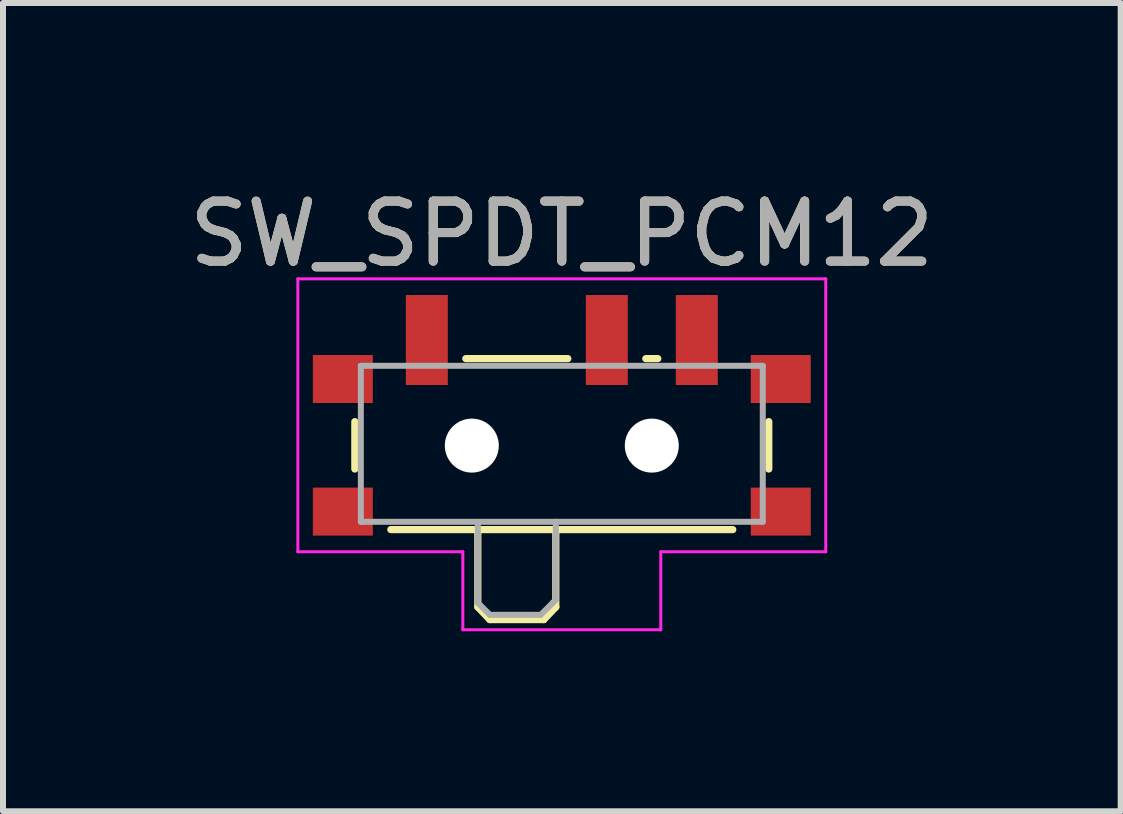
<source format=kicad_pcb>
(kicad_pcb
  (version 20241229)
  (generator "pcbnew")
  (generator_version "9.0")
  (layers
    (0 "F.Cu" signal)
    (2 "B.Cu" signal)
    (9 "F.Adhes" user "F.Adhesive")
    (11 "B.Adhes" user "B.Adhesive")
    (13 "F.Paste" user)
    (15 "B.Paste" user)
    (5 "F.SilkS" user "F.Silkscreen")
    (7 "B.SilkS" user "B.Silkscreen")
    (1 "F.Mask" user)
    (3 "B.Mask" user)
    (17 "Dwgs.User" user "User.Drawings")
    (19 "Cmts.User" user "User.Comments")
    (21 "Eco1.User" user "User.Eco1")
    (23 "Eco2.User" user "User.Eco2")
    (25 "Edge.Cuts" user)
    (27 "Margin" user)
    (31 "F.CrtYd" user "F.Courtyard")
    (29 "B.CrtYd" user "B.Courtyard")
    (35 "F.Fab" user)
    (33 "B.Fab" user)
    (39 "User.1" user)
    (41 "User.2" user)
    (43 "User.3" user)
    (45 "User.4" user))
  (footprint "SW_SPDT_PCM12"
    (layer "F.Cu")
    (at 6.315 4.048)
    (property "Reference" "SW_SPDT_PCM12" (at 0 -3.2 0) (layer "F.SilkS") (effects (font (size 1 1) (thickness 0.15))))
    (attr smd)
    (fp_line (start -3.45 -0.07) (end -3.45 0.72) (stroke (width 0.12) (type solid)) (layer "F.SilkS"))
    (fp_line (start -2.85 1.73) (end 2.85 1.73) (stroke (width 0.12) (type solid)) (layer "F.SilkS"))
    (fp_line (start -1.6 -1.12) (end 0.1 -1.12) (stroke (width 0.12) (type solid)) (layer "F.SilkS"))
    (fp_line (start -1.4 1.73) (end -1.4 3.02) (stroke (width 0.12) (type solid)) (layer "F.SilkS"))
    (fp_line (start -1.4 3.02) (end -1.2 3.23) (stroke (width 0.12) (type solid)) (layer "F.SilkS"))
    (fp_line (start -1.2 3.23) (end -0.3 3.23) (stroke (width 0.12) (type solid)) (layer "F.SilkS"))
    (fp_line (start -0.1 3.02) (end -0.3 3.23) (stroke (width 0.12) (type solid)) (layer "F.SilkS"))
    (fp_line (start -0.1 3.02) (end -0.1 1.73) (stroke (width 0.12) (type solid)) (layer "F.SilkS"))
    (fp_line (start 1.4 -1.12) (end 1.6 -1.12) (stroke (width 0.12) (type solid)) (layer "F.SilkS"))
    (fp_line (start 3.45 0.72) (end 3.45 -0.07) (stroke (width 0.12) (type solid)) (layer "F.SilkS"))
    (fp_line (start -4.4 -2.45) (end 4.4 -2.45) (stroke (width 0.05) (type solid)) (layer "F.CrtYd"))
    (fp_line (start -4.4 2.1) (end -4.4 -2.45) (stroke (width 0.05) (type solid)) (layer "F.CrtYd"))
    (fp_line (start -1.65 2.1) (end -4.4 2.1) (stroke (width 0.05) (type solid)) (layer "F.CrtYd"))
    (fp_line (start -1.65 3.4) (end -1.65 2.1) (stroke (width 0.05) (type solid)) (layer "F.CrtYd"))
    (fp_line (start 1.65 2.1) (end 1.65 3.4) (stroke (width 0.05) (type solid)) (layer "F.CrtYd"))
    (fp_line (start 1.65 3.4) (end -1.65 3.4) (stroke (width 0.05) (type solid)) (layer "F.CrtYd"))
    (fp_line (start 4.4 -2.45) (end 4.4 2.1) (stroke (width 0.05) (type solid)) (layer "F.CrtYd"))
    (fp_line (start 4.4 2.1) (end 1.65 2.1) (stroke (width 0.05) (type solid)) (layer "F.CrtYd"))
    (fp_line (start -3.35 -1) (end -3.35 1.6) (stroke (width 0.1) (type solid)) (layer "F.Fab"))
    (fp_line (start -3.35 1.6) (end 3.35 1.6) (stroke (width 0.1) (type solid)) (layer "F.Fab"))
    (fp_line (start -1.4 1.65) (end -1.4 2.95) (stroke (width 0.1) (type solid)) (layer "F.Fab"))
    (fp_line (start -1.4 2.95) (end -1.2 3.15) (stroke (width 0.1) (type solid)) (layer "F.Fab"))
    (fp_line (start -1.2 3.15) (end -0.35 3.15) (stroke (width 0.1) (type solid)) (layer "F.Fab"))
    (fp_line (start -0.35 3.15) (end -0.15 2.95) (stroke (width 0.1) (type solid)) (layer "F.Fab"))
    (fp_line (start -0.15 2.95) (end -0.1 2.9) (stroke (width 0.1) (type solid)) (layer "F.Fab"))
    (fp_line (start -0.1 2.9) (end -0.1 1.6) (stroke (width 0.1) (type solid)) (layer "F.Fab"))
    (fp_line (start 3.35 -1) (end -3.35 -1) (stroke (width 0.1) (type solid)) (layer "F.Fab"))
    (fp_line (start 3.35 1.6) (end 3.35 -1) (stroke (width 0.1) (type solid)) (layer "F.Fab"))
    (fp_text user "${REFERENCE}" (at 0 -3.2 0) (layer "F.Fab") (effects (font (size 1 1) (thickness 0.15))))
    (pad "" np_thru_hole circle (at -1.5 0.33) (size 0.9 0.9) (drill 0.9) (layers "*.Cu" "*.Mask"))
    (pad "" np_thru_hole circle (at 1.5 0.33) (size 0.9 0.9) (drill 0.9) (layers "*.Cu" "*.Mask"))
    (pad "1" smd rect (at -2.25 -1.43) (size 0.7 1.5) (layers "F.Cu" "F.Mask" "F.Paste"))
    (pad "2" smd rect (at 0.75 -1.43) (size 0.7 1.5) (layers "F.Cu" "F.Mask" "F.Paste"))
    (pad "3" smd rect (at 2.25 -1.43) (size 0.7 1.5) (layers "F.Cu" "F.Mask" "F.Paste"))
    (pad "SH" smd rect (at -3.65 -0.78) (size 1 0.8) (layers "F.Cu" "F.Mask" "F.Paste"))
    (pad "SH" smd rect (at -3.65 1.43) (size 1 0.8) (layers "F.Cu" "F.Mask" "F.Paste"))
    (pad "SH" smd rect (at 3.65 -0.78) (size 1 0.8) (layers "F.Cu" "F.Mask" "F.Paste"))
    (pad "SH" smd rect (at 3.65 1.43) (size 1 0.8) (layers "F.Cu" "F.Mask" "F.Paste")))
  (gr_rect
    (start -3 -3)
    (end 15.631 10.473)
    (stroke (width 0.1) (type default))
    (fill no)
    (layer "Edge.Cuts")))
</source>
